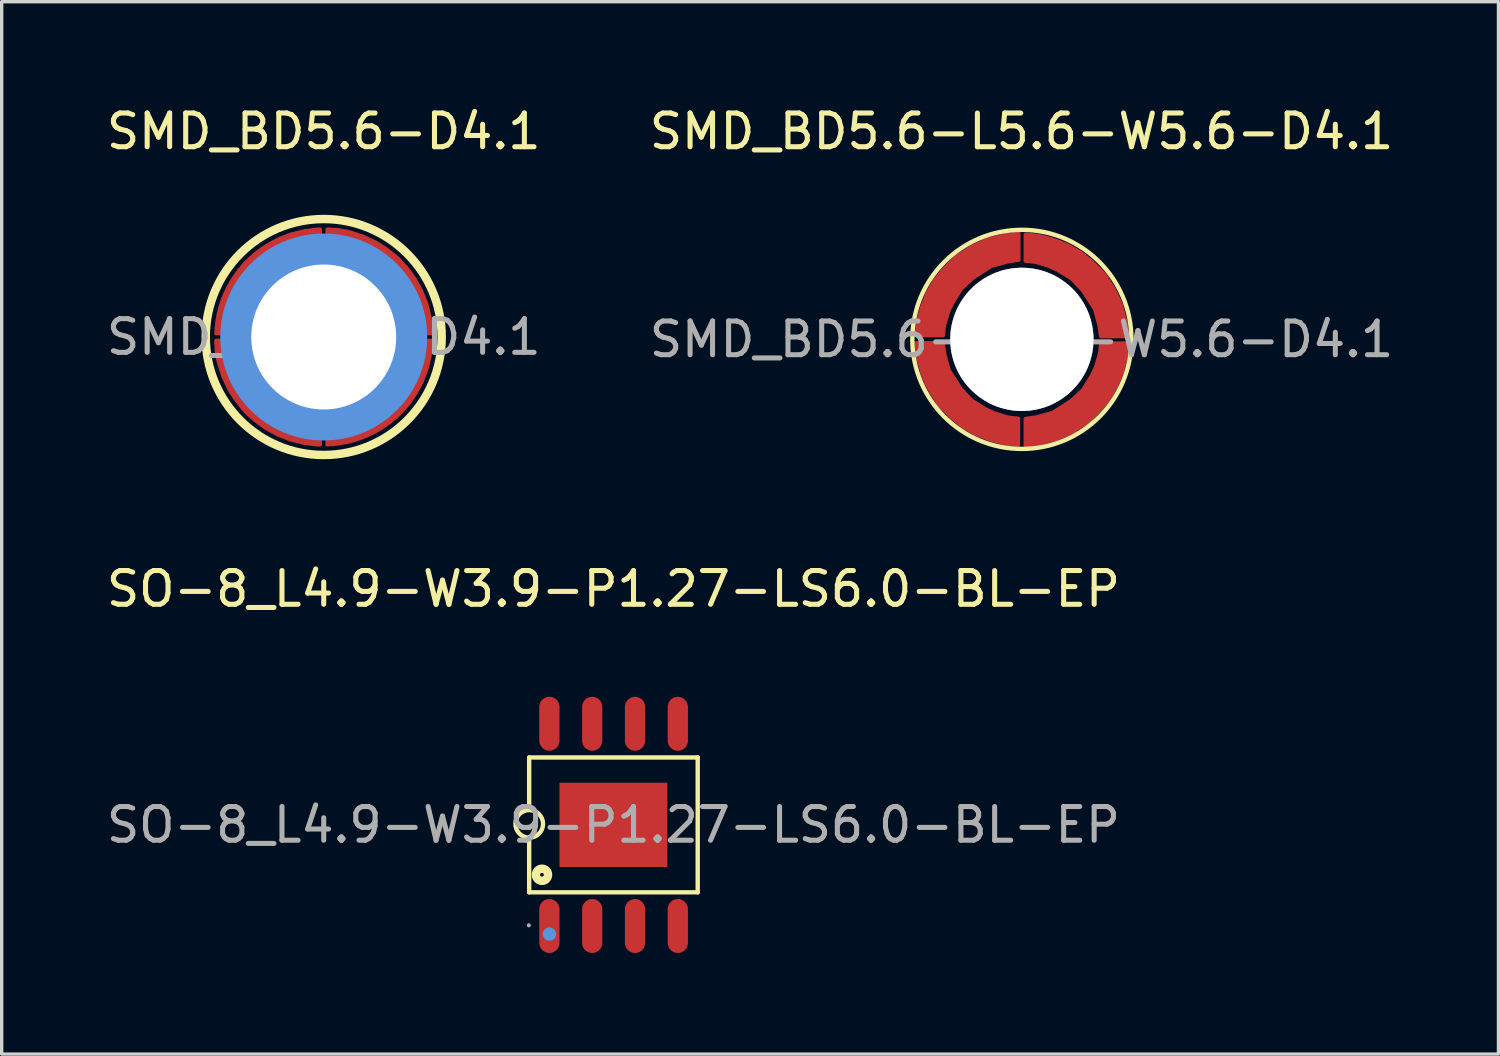
<source format=kicad_pcb>
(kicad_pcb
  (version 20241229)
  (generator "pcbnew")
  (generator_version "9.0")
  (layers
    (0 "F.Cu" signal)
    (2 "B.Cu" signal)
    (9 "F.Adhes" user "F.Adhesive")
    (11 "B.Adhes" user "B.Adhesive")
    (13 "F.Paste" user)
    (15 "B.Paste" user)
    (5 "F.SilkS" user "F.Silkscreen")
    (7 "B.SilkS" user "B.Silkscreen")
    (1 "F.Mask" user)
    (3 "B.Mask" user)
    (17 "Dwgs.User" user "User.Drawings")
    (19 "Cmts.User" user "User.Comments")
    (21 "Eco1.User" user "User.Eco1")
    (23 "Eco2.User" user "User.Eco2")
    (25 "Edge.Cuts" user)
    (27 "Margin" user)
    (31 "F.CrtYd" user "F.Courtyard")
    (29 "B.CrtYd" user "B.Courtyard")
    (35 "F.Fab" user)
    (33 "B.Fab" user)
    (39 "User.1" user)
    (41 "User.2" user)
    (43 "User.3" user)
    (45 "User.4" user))
  (footprint "SO-8_L4.9-W3.9-P1.27-LS6.0-BL-EP"
    (layer "F.Cu")
    (at 15.149 21.422)
    (property "Reference" "SO-8_L4.9-W3.9-P1.27-LS6.0-BL-EP" (at 0 -7 0) (layer "F.SilkS") (effects (font (size 1 1) (thickness 0.15))))
    (attr through_hole)
    (fp_line (start -2.5 -2) (end -2.5 -0.45) (stroke (width 0.13) (type solid)) (layer "F.SilkS"))
    (fp_line (start -2.5 -2) (end 2.5 -2) (stroke (width 0.13) (type solid)) (layer "F.SilkS"))
    (fp_line (start -2.5 2) (end -2.5 0.37) (stroke (width 0.13) (type solid)) (layer "F.SilkS"))
    (fp_line (start -2.5 2) (end 2.5 2) (stroke (width 0.13) (type solid)) (layer "F.SilkS"))
    (fp_line (start 2.5 -2) (end 2.5 2) (stroke (width 0.13) (type solid)) (layer "F.SilkS"))
    (fp_arc (start -2.507155 0.379938) (mid -2.496422 -0.439985) (end -2.5 0.38) (stroke (width 0.13) (type solid)) (layer "F.SilkS"))
    (fp_circle (center -2.12 1.48) (end -1.94 1.48) (stroke (width 0.25) (type solid)) (fill no) (layer "F.SilkS"))
    (fp_circle (center -1.9 3.24) (end -1.8 3.24) (stroke (width 0.2) (type solid)) (fill no) (layer "Cmts.User"))
    (fp_circle (center -2.51 2.98) (end -2.48 2.98) (stroke (width 0.06) (type solid)) (fill no) (layer "F.Fab"))
    (fp_text user "${REFERENCE}" (at 0 0 0) (layer "F.Fab") (effects (font (size 1 1) (thickness 0.15))))
    (pad "1" smd oval (at -1.9 3) (size 0.6 1.6) (layers "F.Cu" "F.Mask" "F.Paste"))
    (pad "2" smd oval (at -0.63 3) (size 0.6 1.6) (layers "F.Cu" "F.Mask" "F.Paste"))
    (pad "3" smd oval (at 0.64 3) (size 0.6 1.6) (layers "F.Cu" "F.Mask" "F.Paste"))
    (pad "4" smd oval (at 1.91 3) (size 0.6 1.6) (layers "F.Cu" "F.Mask" "F.Paste"))
    (pad "5" smd oval (at 1.91 -3) (size 0.6 1.6) (layers "F.Cu" "F.Mask" "F.Paste"))
    (pad "6" smd oval (at 0.64 -3) (size 0.6 1.6) (layers "F.Cu" "F.Mask" "F.Paste"))
    (pad "7" smd oval (at -0.63 -3) (size 0.6 1.6) (layers "F.Cu" "F.Mask" "F.Paste"))
    (pad "8" smd oval (at -1.9 -3) (size 0.6 1.6) (layers "F.Cu" "F.Mask" "F.Paste"))
    (pad "9" smd rect (at 0 0) (size 3.2 2.5) (layers "F.Cu" "F.Mask" "F.Paste")))
  (footprint "SMD_BD5.6-L5.6-W5.6-D4.1"
    (layer "F.Cu")
    (at 27.256 7.018)
    (property "Reference" "SMD_BD5.6-L5.6-W5.6-D4.1" (at 0 -6.17 0) (layer "F.SilkS") (effects (font (size 1 1) (thickness 0.15))))
    (attr smd)
    (fp_circle (center 0.01 0) (end 3.26 0) (stroke (width 0.13) (type solid)) (fill no) (layer "F.SilkS"))
    (fp_circle (center 0.01 0) (end 1.01 0) (stroke (width 2) (type solid)) (fill no) (layer "Cmts.User"))
    (fp_text user "${REFERENCE}" (at 0 0 0) (layer "F.Fab") (effects (font (size 1 1) (thickness 0.15))))
    (pad "" thru_hole circle (at 0.01 0) (size 4.25 4.25) (drill 4.25) (layers "*.Cu" "*.Mask"))
    (pad "1" smd custom (at 0.01 0) (size 1 1) (layers "F.Cu" "F.Mask" "F.Paste") (options (anchor circle)) (primitives (gr_poly (pts (xy 0.1 -3.12) (xy 0.25 -3.11) (xy 0.48 -3.08) (xy 0.63 -3.05) (xy 0.95 -2.96) (xy 1.36 -2.8) (xy 1.75 -2.58) (xy 2.09 -2.3) (xy 2.45 -1.94) (xy 2.72 -1.52) (xy 2.83 -1.3) (xy 2.95 -1.02) (xy 3.1 -0.47) (xy 3.14 -0.08) (xy 2.34 -0.08) (xy 2.29 -0.41) (xy 2.16 -0.89) (xy 2.02 -1.11) (xy 1.8 -1.45) (xy 1.48 -1.79) (xy 1.06 -2.05) (xy 0.8 -2.17) (xy 0.4 -2.29) (xy 0.1 -2.32)) (width 0.1) (fill yes))))
    (pad "2" smd custom (at 0.01 0) (size 1 1) (layers "F.Cu" "F.Mask" "F.Paste") (options (anchor circle)) (primitives (gr_poly (pts (xy 3.14 0.11) (xy 3.13 0.26) (xy 3.1 0.49) (xy 3.07 0.64) (xy 2.98 0.96) (xy 2.82 1.37) (xy 2.6 1.76) (xy 2.32 2.1) (xy 1.96 2.46) (xy 1.54 2.73) (xy 1.32 2.84) (xy 1.04 2.96) (xy 0.49 3.11) (xy 0.1 3.15) (xy 0.1 2.35) (xy 0.43 2.3) (xy 0.91 2.17) (xy 1.13 2.03) (xy 1.47 1.81) (xy 1.81 1.49) (xy 2.07 1.07) (xy 2.19 0.81) (xy 2.31 0.41) (xy 2.34 0.11)) (width 0.1) (fill yes))))
    (pad "3" smd custom (at 0.01 0) (size 1 1) (layers "F.Cu" "F.Mask" "F.Paste") (options (anchor circle)) (primitives (gr_poly (pts (xy -0.1 3.14) (xy -0.25 3.13) (xy -0.48 3.1) (xy -0.63 3.07) (xy -0.95 2.98) (xy -1.36 2.82) (xy -1.75 2.6) (xy -2.09 2.32) (xy -2.45 1.96) (xy -2.72 1.54) (xy -2.83 1.32) (xy -2.95 1.04) (xy -3.1 0.49) (xy -3.14 0.1) (xy -2.34 0.1) (xy -2.29 0.43) (xy -2.16 0.91) (xy -2.02 1.13) (xy -1.8 1.47) (xy -1.48 1.81) (xy -1.06 2.07) (xy -0.8 2.19) (xy -0.4 2.31) (xy -0.1 2.34)) (width 0.1) (fill yes))))
    (pad "4" smd custom (at 0.01 0) (size 1 1) (layers "F.Cu" "F.Mask" "F.Paste") (options (anchor circle)) (primitives (gr_poly (pts (xy -3.13 -0.11) (xy -3.12 -0.26) (xy -3.09 -0.49) (xy -3.06 -0.64) (xy -2.97 -0.96) (xy -2.81 -1.37) (xy -2.59 -1.76) (xy -2.31 -2.1) (xy -1.95 -2.46) (xy -1.53 -2.73) (xy -1.31 -2.84) (xy -1.03 -2.96) (xy -0.48 -3.11) (xy -0.09 -3.15) (xy -0.09 -2.35) (xy -0.42 -2.3) (xy -0.9 -2.17) (xy -1.12 -2.03) (xy -1.46 -1.81) (xy -1.8 -1.49) (xy -2.06 -1.07) (xy -2.18 -0.81) (xy -2.3 -0.41) (xy -2.33 -0.11)) (width 0.1) (fill yes)))))
  (footprint "SMD_BD5.6-D4.1"
    (layer "F.Cu")
    (at 6.554 6.948)
    (property "Reference" "SMD_BD5.6-D4.1" (at 0 -6.1 0) (layer "F.SilkS") (effects (font (size 1 1) (thickness 0.15))))
    (attr smd)
    (fp_circle (center 0 0) (end 3.5 0) (stroke (width 0.25) (type solid)) (fill no) (layer "F.SilkS"))
    (fp_circle (center 0 0) (end 1.02 0) (stroke (width 2.05) (type solid)) (fill no) (layer "Cmts.User"))
    (fp_text user "${REFERENCE}" (at 0 0 0) (layer "F.Fab") (effects (font (size 1 1) (thickness 0.15))))
    (pad "" thru_hole circle (at 0 0) (size 4.3 4.3) (drill 4.3) (layers "*.Cu" "*.Mask"))
    (pad "1" smd custom (at 0 0 180) (size 1 1) (layers "F.Cu" "F.Mask" "F.Paste") (options (anchor circle)) (primitives (gr_poly (pts (xy -0.1 -3.2) (xy -0.1 -2.2) (xy -0.17 -2.19) (xy -0.24 -2.19) (xy -0.3 -2.18) (xy -0.37 -2.17) (xy -0.44 -2.15) (xy -0.5 -2.14) (xy -0.57 -2.12) (xy -0.63 -2.11) (xy -0.7 -2.08) (xy -0.76 -2.06) (xy -0.83 -2.04) (xy -0.89 -2.01) (xy -0.95 -1.98) (xy -1.01 -1.95) (xy -1.07 -1.92) (xy -1.13 -1.89) (xy -1.19 -1.85) (xy -1.24 -1.81) (xy -1.3 -1.77) (xy -1.35 -1.73) (xy -1.41 -1.69) (xy -1.46 -1.65) (xy -1.51 -1.6) (xy -1.56 -1.55) (xy -1.61 -1.51) (xy -1.65 -1.45) (xy -1.7 -1.4) (xy -1.74 -1.35) (xy -1.78 -1.3) (xy -1.82 -1.24) (xy -1.86 -1.18) (xy -1.89 -1.13) (xy -1.92 -1.07) (xy -1.96 -1.01) (xy -1.99 -0.95) (xy -2.02 -0.89) (xy -2.04 -0.82) (xy -2.07 -0.76) (xy -2.09 -0.7) (xy -2.11 -0.63) (xy -2.13 -0.56) (xy -2.14 -0.5) (xy -2.16 -0.43) (xy -2.17 -0.37) (xy -2.18 -0.3) (xy -2.19 -0.23) (xy -2.2 -0.16) (xy -2.2 -0.1) (xy -3.2 -0.1) (xy -3.2 -0.18) (xy -3.19 -0.26) (xy -3.18 -0.34) (xy -3.17 -0.42) (xy -3.16 -0.5) (xy -3.15 -0.58) (xy -3.13 -0.66) (xy -3.11 -0.74) (xy -3.09 -0.82) (xy -3.07 -0.9) (xy -3.05 -0.98) (xy -3.02 -1.06) (xy -2.99 -1.13) (xy -2.96 -1.21) (xy -2.93 -1.29) (xy -2.9 -1.36) (xy -2.86 -1.43) (xy -2.82 -1.51) (xy -2.78 -1.58) (xy -2.74 -1.65) (xy -2.7 -1.72) (xy -2.65 -1.79) (xy -2.61 -1.85) (xy -2.56 -1.92) (xy -2.51 -1.99) (xy -2.46 -2.05) (xy -2.4 -2.11) (xy -2.35 -2.17) (xy -2.29 -2.23) (xy -2.24 -2.29) (xy -2.18 -2.35) (xy -2.12 -2.4) (xy -2.05 -2.45) (xy -1.99 -2.51) (xy -1.92 -2.56) (xy -1.86 -2.6) (xy -1.79 -2.65) (xy -1.72 -2.7) (xy -1.65 -2.74) (xy -1.58 -2.78) (xy -1.51 -2.82) (xy -1.44 -2.86) (xy -1.36 -2.89) (xy -1.29 -2.93) (xy -1.21 -2.96) (xy -1.14 -2.99) (xy -1.06 -3.02) (xy -0.98 -3.04) (xy -0.91 -3.07) (xy -0.83 -3.09) (xy -0.75 -3.11) (xy -0.67 -3.13) (xy -0.59 -3.14) (xy -0.51 -3.16) (xy -0.43 -3.17) (xy -0.34 -3.18) (xy -0.26 -3.19) (xy -0.18 -3.19) (xy -0.1 -3.2)) (width 0.1) (fill yes))))
    (pad "2" smd custom (at 0 0 90) (size 1 1) (layers "F.Cu" "F.Mask" "F.Paste") (options (anchor circle)) (primitives (gr_poly (pts (xy 3.2 -0.1) (xy 2.2 -0.1) (xy 2.2 -0.16) (xy 2.19 -0.23) (xy 2.18 -0.3) (xy 2.17 -0.37) (xy 2.16 -0.43) (xy 2.14 -0.5) (xy 2.13 -0.56) (xy 2.11 -0.63) (xy 2.09 -0.7) (xy 2.07 -0.76) (xy 2.04 -0.82) (xy 2.02 -0.89) (xy 1.99 -0.95) (xy 1.96 -1.01) (xy 1.92 -1.07) (xy 1.89 -1.13) (xy 1.86 -1.18) (xy 1.82 -1.24) (xy 1.78 -1.3) (xy 1.74 -1.35) (xy 1.7 -1.4) (xy 1.65 -1.45) (xy 1.61 -1.51) (xy 1.56 -1.55) (xy 1.51 -1.6) (xy 1.46 -1.65) (xy 1.41 -1.69) (xy 1.35 -1.73) (xy 1.3 -1.77) (xy 1.24 -1.81) (xy 1.19 -1.85) (xy 1.13 -1.89) (xy 1.07 -1.92) (xy 1.01 -1.95) (xy 0.95 -1.98) (xy 0.89 -2.01) (xy 0.83 -2.04) (xy 0.76 -2.06) (xy 0.7 -2.08) (xy 0.63 -2.11) (xy 0.57 -2.12) (xy 0.5 -2.14) (xy 0.44 -2.15) (xy 0.37 -2.17) (xy 0.3 -2.18) (xy 0.24 -2.19) (xy 0.17 -2.19) (xy 0.1 -2.2) (xy 0.1 -3.2) (xy 0.18 -3.19) (xy 0.26 -3.19) (xy 0.34 -3.18) (xy 0.43 -3.17) (xy 0.51 -3.16) (xy 0.59 -3.14) (xy 0.67 -3.13) (xy 0.75 -3.11) (xy 0.83 -3.09) (xy 0.91 -3.07) (xy 0.98 -3.04) (xy 1.06 -3.02) (xy 1.14 -2.99) (xy 1.21 -2.96) (xy 1.29 -2.93) (xy 1.36 -2.89) (xy 1.44 -2.86) (xy 1.51 -2.82) (xy 1.58 -2.78) (xy 1.65 -2.74) (xy 1.72 -2.7) (xy 1.79 -2.65) (xy 1.86 -2.6) (xy 1.92 -2.56) (xy 1.99 -2.51) (xy 2.05 -2.45) (xy 2.12 -2.4) (xy 2.18 -2.35) (xy 2.24 -2.29) (xy 2.29 -2.23) (xy 2.35 -2.17) (xy 2.4 -2.11) (xy 2.46 -2.05) (xy 2.51 -1.99) (xy 2.56 -1.92) (xy 2.61 -1.85) (xy 2.65 -1.79) (xy 2.7 -1.72) (xy 2.74 -1.65) (xy 2.78 -1.58) (xy 2.82 -1.51) (xy 2.86 -1.43) (xy 2.9 -1.36) (xy 2.93 -1.29) (xy 2.96 -1.21) (xy 2.99 -1.13) (xy 3.02 -1.06) (xy 3.05 -0.98) (xy 3.07 -0.9) (xy 3.09 -0.82) (xy 3.11 -0.74) (xy 3.13 -0.66) (xy 3.15 -0.58) (xy 3.16 -0.5) (xy 3.17 -0.42) (xy 3.18 -0.34) (xy 3.19 -0.26) (xy 3.2 -0.18) (xy 3.2 -0.1)) (width 0.1) (fill yes))))
    (pad "3" smd custom (at 0 0 270) (size 1 1) (layers "F.Cu" "F.Mask" "F.Paste") (options (anchor circle)) (primitives (gr_poly (pts (xy 0.1 3.2) (xy 0.1 2.2) (xy 0.17 2.2) (xy 0.24 2.19) (xy 0.3 2.19) (xy 0.37 2.18) (xy 0.44 2.16) (xy 0.5 2.15) (xy 0.57 2.13) (xy 0.63 2.11) (xy 0.7 2.09) (xy 0.76 2.07) (xy 0.83 2.05) (xy 0.89 2.02) (xy 0.95 1.99) (xy 1.01 1.96) (xy 1.07 1.93) (xy 1.13 1.89) (xy 1.19 1.86) (xy 1.24 1.82) (xy 1.3 1.78) (xy 1.35 1.74) (xy 1.41 1.7) (xy 1.46 1.65) (xy 1.51 1.61) (xy 1.56 1.56) (xy 1.61 1.51) (xy 1.65 1.46) (xy 1.7 1.41) (xy 1.74 1.36) (xy 1.78 1.3) (xy 1.82 1.25) (xy 1.86 1.19) (xy 1.89 1.13) (xy 1.92 1.08) (xy 1.96 1.02) (xy 1.99 0.95) (xy 2.02 0.89) (xy 2.04 0.83) (xy 2.07 0.77) (xy 2.09 0.7) (xy 2.11 0.64) (xy 2.13 0.57) (xy 2.14 0.51) (xy 2.16 0.44) (xy 2.17 0.37) (xy 2.18 0.31) (xy 2.19 0.24) (xy 2.2 0.17) (xy 2.2 0.1) (xy 3.2 0.1) (xy 3.2 0.19) (xy 3.19 0.27) (xy 3.18 0.35) (xy 3.17 0.43) (xy 3.16 0.51) (xy 3.15 0.59) (xy 3.13 0.67) (xy 3.11 0.75) (xy 3.09 0.83) (xy 3.07 0.91) (xy 3.05 0.99) (xy 3.02 1.07) (xy 2.99 1.14) (xy 2.96 1.22) (xy 2.93 1.29) (xy 2.9 1.37) (xy 2.86 1.44) (xy 2.82 1.51) (xy 2.78 1.59) (xy 2.74 1.66) (xy 2.7 1.73) (xy 2.65 1.8) (xy 2.61 1.86) (xy 2.56 1.93) (xy 2.51 1.99) (xy 2.46 2.06) (xy 2.4 2.12) (xy 2.35 2.18) (xy 2.29 2.24) (xy 2.24 2.3) (xy 2.18 2.35) (xy 2.12 2.41) (xy 2.05 2.46) (xy 1.99 2.51) (xy 1.92 2.56) (xy 1.86 2.61) (xy 1.79 2.66) (xy 1.72 2.7) (xy 1.65 2.75) (xy 1.58 2.79) (xy 1.51 2.83) (xy 1.44 2.86) (xy 1.36 2.9) (xy 1.29 2.93) (xy 1.21 2.97) (xy 1.14 3) (xy 1.06 3.02) (xy 0.98 3.05) (xy 0.91 3.07) (xy 0.83 3.1) (xy 0.75 3.12) (xy 0.67 3.14) (xy 0.59 3.15) (xy 0.51 3.17) (xy 0.43 3.18) (xy 0.34 3.19) (xy 0.26 3.19) (xy 0.18 3.2) (xy 0.1 3.2)) (width 0.1) (fill yes))))
    (pad "4" smd custom (at 0 0 180) (size 1 1) (layers "F.Cu" "F.Mask" "F.Paste") (options (anchor circle)) (primitives (gr_poly (pts (xy -3.2 0.1) (xy -2.2 0.1) (xy -2.2 0.17) (xy -2.19 0.24) (xy -2.18 0.31) (xy -2.17 0.37) (xy -2.16 0.44) (xy -2.14 0.51) (xy -2.13 0.57) (xy -2.11 0.64) (xy -2.09 0.7) (xy -2.07 0.77) (xy -2.04 0.83) (xy -2.02 0.89) (xy -1.99 0.95) (xy -1.96 1.02) (xy -1.92 1.08) (xy -1.89 1.13) (xy -1.86 1.19) (xy -1.82 1.25) (xy -1.78 1.3) (xy -1.74 1.36) (xy -1.7 1.41) (xy -1.65 1.46) (xy -1.61 1.51) (xy -1.56 1.56) (xy -1.51 1.61) (xy -1.46 1.65) (xy -1.41 1.7) (xy -1.35 1.74) (xy -1.3 1.78) (xy -1.24 1.82) (xy -1.19 1.86) (xy -1.13 1.89) (xy -1.07 1.93) (xy -1.01 1.96) (xy -0.95 1.99) (xy -0.89 2.02) (xy -0.83 2.05) (xy -0.76 2.07) (xy -0.7 2.09) (xy -0.63 2.11) (xy -0.57 2.13) (xy -0.5 2.15) (xy -0.44 2.16) (xy -0.37 2.18) (xy -0.3 2.19) (xy -0.24 2.19) (xy -0.17 2.2) (xy -0.1 2.2) (xy -0.1 3.2) (xy -0.18 3.2) (xy -0.26 3.19) (xy -0.34 3.19) (xy -0.43 3.18) (xy -0.51 3.17) (xy -0.59 3.15) (xy -0.67 3.14) (xy -0.75 3.12) (xy -0.83 3.1) (xy -0.91 3.07) (xy -0.98 3.05) (xy -1.06 3.02) (xy -1.14 3) (xy -1.21 2.97) (xy -1.29 2.93) (xy -1.36 2.9) (xy -1.44 2.86) (xy -1.51 2.83) (xy -1.58 2.79) (xy -1.65 2.75) (xy -1.72 2.7) (xy -1.79 2.66) (xy -1.86 2.61) (xy -1.92 2.56) (xy -1.99 2.51) (xy -2.05 2.46) (xy -2.12 2.41) (xy -2.18 2.35) (xy -2.24 2.3) (xy -2.29 2.24) (xy -2.35 2.18) (xy -2.4 2.12) (xy -2.46 2.06) (xy -2.51 1.99) (xy -2.56 1.93) (xy -2.61 1.86) (xy -2.65 1.8) (xy -2.7 1.73) (xy -2.74 1.66) (xy -2.78 1.59) (xy -2.82 1.51) (xy -2.86 1.44) (xy -2.9 1.37) (xy -2.93 1.29) (xy -2.96 1.22) (xy -2.99 1.14) (xy -3.02 1.07) (xy -3.05 0.99) (xy -3.07 0.91) (xy -3.09 0.83) (xy -3.11 0.75) (xy -3.13 0.67) (xy -3.15 0.59) (xy -3.16 0.51) (xy -3.17 0.43) (xy -3.18 0.35) (xy -3.19 0.27) (xy -3.2 0.19) (xy -3.2 0.1)) (width 0.1) (fill yes)))))
  (gr_rect
    (start -3 -3)
    (end 41.405 28.221)
    (stroke (width 0.1) (type default))
    (fill no)
    (layer "Edge.Cuts")))
</source>
